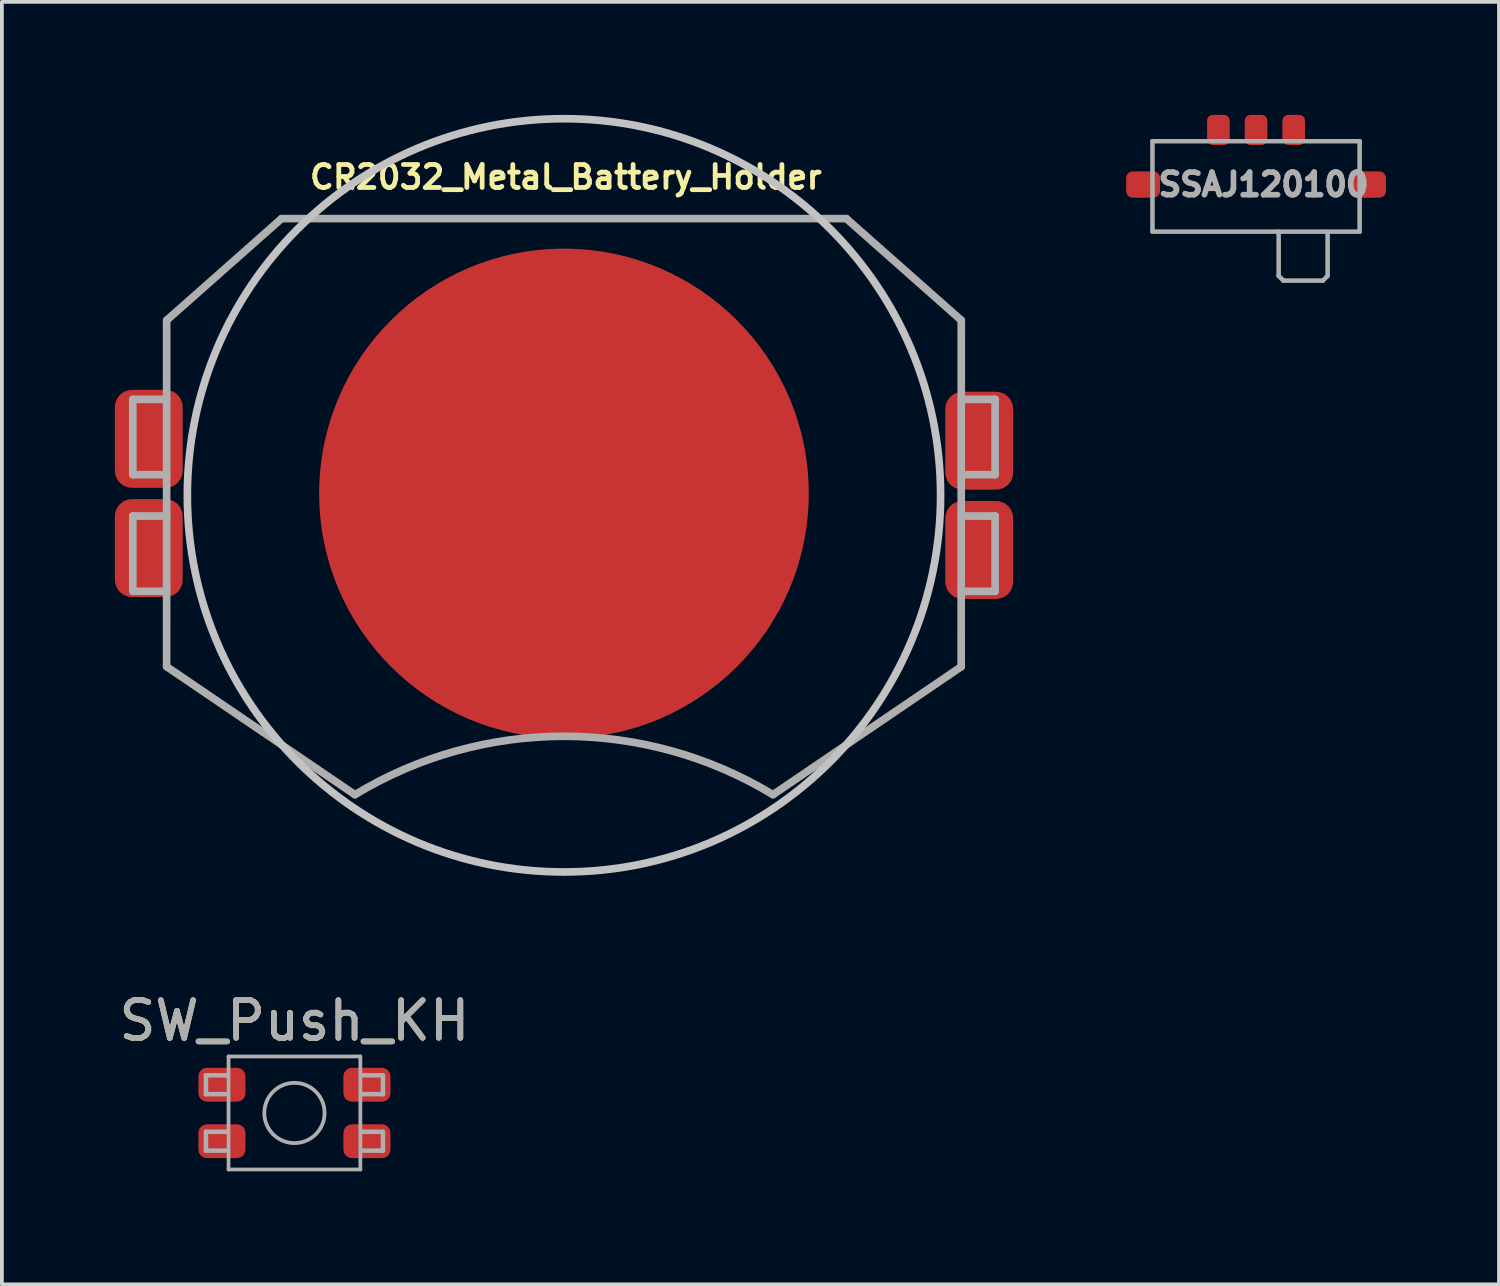
<source format=kicad_pcb>
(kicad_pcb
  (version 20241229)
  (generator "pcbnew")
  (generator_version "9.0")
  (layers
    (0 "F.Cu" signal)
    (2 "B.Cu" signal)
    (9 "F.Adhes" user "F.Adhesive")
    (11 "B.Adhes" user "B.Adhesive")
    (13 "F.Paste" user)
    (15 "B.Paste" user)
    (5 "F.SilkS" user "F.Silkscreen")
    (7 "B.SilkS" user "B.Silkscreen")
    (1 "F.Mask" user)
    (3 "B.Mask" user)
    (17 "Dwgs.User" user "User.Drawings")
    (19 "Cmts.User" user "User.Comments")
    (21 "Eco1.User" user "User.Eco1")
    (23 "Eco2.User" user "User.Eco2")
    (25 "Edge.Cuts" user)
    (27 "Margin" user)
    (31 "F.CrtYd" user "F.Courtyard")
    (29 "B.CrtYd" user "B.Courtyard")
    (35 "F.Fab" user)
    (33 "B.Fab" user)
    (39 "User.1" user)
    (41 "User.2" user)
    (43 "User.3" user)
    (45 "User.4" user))
  (footprint "SSAJ120100"
    (layer "F.Cu")
    (at 30.35 2.05)
    (property "Reference" "SSAJ120100" (at 0.15 -0.2 0) (layer "F.Fab") (effects (font (size 0.6 0.6) (thickness 0.15))))
    (attr smd)
    (fp_line (start -2.8 -1.35) (end 2.7 -1.35) (stroke (width 0.12) (type solid)) (layer "F.Fab"))
    (fp_line (start -2.8 1.05) (end -2.8 -1.35) (stroke (width 0.12) (type solid)) (layer "F.Fab"))
    (fp_line (start -2.8 1.05) (end 2.7 1.05) (stroke (width 0.12) (type solid)) (layer "F.Fab"))
    (fp_line (start 0.55 1.055) (end 0.55 2.225) (stroke (width 0.12) (type solid)) (layer "F.Fab"))
    (fp_line (start 0.55 2.225) (end 0.675 2.35) (stroke (width 0.12) (type solid)) (layer "F.Fab"))
    (fp_line (start 0.675 2.35) (end 1.725 2.35) (stroke (width 0.12) (type solid)) (layer "F.Fab"))
    (fp_line (start 1.725 2.35) (end 1.85 2.225) (stroke (width 0.12) (type solid)) (layer "F.Fab"))
    (fp_line (start 1.85 2.225) (end 1.85 1.055) (stroke (width 0.12) (type solid)) (layer "F.Fab"))
    (fp_line (start 2.7 1.05) (end 2.7 -1.35) (stroke (width 0.12) (type solid)) (layer "F.Fab"))
    (pad "" smd roundrect (at -3.05 -0.2) (size 0.9 0.7) (layers "F.Cu" "F.Mask" "F.Paste") (roundrect_rratio 0.25))
    (pad "" smd roundrect (at 2.95 -0.2) (size 0.9 0.7) (layers "F.Cu" "F.Mask" "F.Paste") (roundrect_rratio 0.25))
    (pad "1" smd roundrect (at -1.05 -1.65) (size 0.6 0.8) (layers "F.Cu" "F.Mask" "F.Paste") (roundrect_rratio 0.25))
    (pad "2" smd roundrect (at -0.05 -1.65) (size 0.6 0.8) (layers "F.Cu" "F.Mask" "F.Paste") (roundrect_rratio 0.25))
    (pad "3" smd roundrect (at 0.95 -1.65) (size 0.6 0.8) (layers "F.Cu" "F.Mask" "F.Paste") (roundrect_rratio 0.25)))
  (footprint "CR2032_Metal_Battery_Holder"
    (layer "F.Cu")
    (at 11.924 10.102)
    (property "Reference" "CR2032_Metal_Battery_Holder" (at 0.05 -8.45 0) (layer "F.SilkS") (effects (font (size 0.61 0.61) (thickness 0.127))))
    (attr smd)
    (fp_circle (center 0 0) (end 0 -10) (stroke (width 0.203) (type solid)) (fill no) (layer "Dwgs.User"))
    (fp_line (start -11.448 -2.548) (end -10.549 -2.548) (stroke (width 0.203) (type solid)) (layer "F.Fab"))
    (fp_line (start -11.448 -0.549) (end -11.448 -2.548) (stroke (width 0.203) (type solid)) (layer "F.Fab"))
    (fp_line (start -11.448 0.549) (end -10.549 0.549) (stroke (width 0.203) (type solid)) (layer "F.Fab"))
    (fp_line (start -11.448 2.548) (end -11.448 0.549) (stroke (width 0.203) (type solid)) (layer "F.Fab"))
    (fp_line (start -10.55 4.55) (end -10.549 -4.648) (stroke (width 0.203) (type solid)) (layer "F.Fab"))
    (fp_line (start -10.549 -0.549) (end -11.448 -0.549) (stroke (width 0.203) (type solid)) (layer "F.Fab"))
    (fp_line (start -10.549 2.548) (end -11.448 2.548) (stroke (width 0.203) (type solid)) (layer "F.Fab"))
    (fp_line (start -7.498 -7.348) (end -10.549 -4.648) (stroke (width 0.203) (type solid)) (layer "F.Fab"))
    (fp_line (start -7.498 -7.348) (end 7.498 -7.348) (stroke (width 0.203) (type solid)) (layer "F.Fab"))
    (fp_line (start -5.55 7.948) (end -10.549 4.549) (stroke (width 0.203) (type solid)) (layer "F.Fab"))
    (fp_line (start 7.498 -7.348) (end 10.549 -4.648) (stroke (width 0.203) (type solid)) (layer "F.Fab"))
    (fp_line (start 10.547 4.55) (end 10.549 -4.648) (stroke (width 0.203) (type solid)) (layer "F.Fab"))
    (fp_line (start 10.549 -2.548) (end 11.448 -2.548) (stroke (width 0.203) (type solid)) (layer "F.Fab"))
    (fp_line (start 10.549 0.549) (end 11.448 0.549) (stroke (width 0.203) (type solid)) (layer "F.Fab"))
    (fp_line (start 10.549 4.549) (end 5.55 7.948) (stroke (width 0.203) (type solid)) (layer "F.Fab"))
    (fp_line (start 11.448 -2.548) (end 11.448 -0.549) (stroke (width 0.203) (type solid)) (layer "F.Fab"))
    (fp_line (start 11.448 -0.549) (end 10.549 -0.549) (stroke (width 0.203) (type solid)) (layer "F.Fab"))
    (fp_line (start 11.448 0.549) (end 11.448 2.548) (stroke (width 0.203) (type solid)) (layer "F.Fab"))
    (fp_line (start 11.448 2.548) (end 10.549 2.548) (stroke (width 0.203) (type solid)) (layer "F.Fab"))
    (fp_arc (start -5.5499 7.94766) (mid -0.001137 6.397783) (end 5.547956 7.946482) (stroke (width 0.2032) (type solid)) (layer "F.Fab"))
    (pad "1" smd roundrect (at -11.024 -1.5 180) (size 1.8 2.6) (layers "F.Cu" "F.Mask" "F.Paste") (roundrect_rratio 0.25))
    (pad "1" smd roundrect (at -11.024 1.4) (size 1.8 2.6) (layers "F.Cu" "F.Mask" "F.Paste") (roundrect_rratio 0.25))
    (pad "1" smd roundrect (at 11.026 -1.45 180) (size 1.8 2.6) (layers "F.Cu" "F.Mask" "F.Paste") (roundrect_rratio 0.25))
    (pad "1" smd roundrect (at 11.026 1.45) (size 1.8 2.6) (layers "F.Cu" "F.Mask" "F.Paste") (roundrect_rratio 0.25))
    (pad "2" smd circle (at 0 -0.05) (size 13 13) (layers "F.Cu" "F.Mask" "F.Paste")))
  (footprint "SW_Push_KH"
    (layer "F.Cu")
    (at 4.768 26.501)
    (property "Reference" "SW_Push_KH" (at 0 -2.45 0) (layer "F.SilkS") (effects (font (size 1 1) (thickness 0.15))))
    (attr smd)
    (fp_line (start -2.35 -1) (end -2.35 -0.5) (stroke (width 0.12) (type solid)) (layer "F.Fab"))
    (fp_line (start -2.35 -0.5) (end -1.8 -0.5) (stroke (width 0.12) (type solid)) (layer "F.Fab"))
    (fp_line (start -2.35 0.5) (end -2.35 1) (stroke (width 0.12) (type solid)) (layer "F.Fab"))
    (fp_line (start -2.35 1) (end -1.8 1) (stroke (width 0.12) (type solid)) (layer "F.Fab"))
    (fp_line (start -1.8 -1) (end -2.35 -1) (stroke (width 0.12) (type solid)) (layer "F.Fab"))
    (fp_line (start -1.8 0.5) (end -2.35 0.5) (stroke (width 0.12) (type solid)) (layer "F.Fab"))
    (fp_line (start -1.75 -1.5) (end -1.75 1.5) (stroke (width 0.1) (type solid)) (layer "F.Fab"))
    (fp_line (start -1.75 -1.5) (end 1.75 -1.5) (stroke (width 0.1) (type solid)) (layer "F.Fab"))
    (fp_line (start 1.75 -1.5) (end 1.75 1.5) (stroke (width 0.1) (type solid)) (layer "F.Fab"))
    (fp_line (start 1.75 1.5) (end -1.75 1.5) (stroke (width 0.1) (type solid)) (layer "F.Fab"))
    (fp_line (start 1.8 -0.5) (end 2.35 -0.5) (stroke (width 0.12) (type solid)) (layer "F.Fab"))
    (fp_line (start 1.8 1) (end 2.35 1) (stroke (width 0.12) (type solid)) (layer "F.Fab"))
    (fp_line (start 2.35 -1) (end 1.8 -1) (stroke (width 0.12) (type solid)) (layer "F.Fab"))
    (fp_line (start 2.35 -0.5) (end 2.35 -1) (stroke (width 0.12) (type solid)) (layer "F.Fab"))
    (fp_line (start 2.35 0.5) (end 1.8 0.5) (stroke (width 0.12) (type solid)) (layer "F.Fab"))
    (fp_line (start 2.35 1) (end 2.35 0.5) (stroke (width 0.12) (type solid)) (layer "F.Fab"))
    (fp_circle (center 0 0) (end 0 0.8) (stroke (width 0.1) (type solid)) (fill no) (layer "F.Fab"))
    (fp_text user "${REFERENCE}" (at 0 -2.45 0) (layer "F.Fab") (effects (font (size 1 1) (thickness 0.15))))
    (pad "1" smd roundrect (at -1.925 -0.75) (size 1.25 0.9) (layers "F.Cu" "F.Mask" "F.Paste") (roundrect_rratio 0.25))
    (pad "1" smd roundrect (at 1.925 -0.75) (size 1.25 0.9) (layers "F.Cu" "F.Mask" "F.Paste") (roundrect_rratio 0.25))
    (pad "2" smd roundrect (at -1.925 0.75) (size 1.25 0.9) (layers "F.Cu" "F.Mask" "F.Paste") (roundrect_rratio 0.25))
    (pad "2" smd roundrect (at 1.925 0.75) (size 1.25 0.9) (layers "F.Cu" "F.Mask" "F.Paste") (roundrect_rratio 0.25)))
  (gr_rect
    (start -3 -3)
    (end 36.75 31.051)
    (stroke (width 0.1) (type default))
    (fill no)
    (layer "Edge.Cuts")))
</source>
